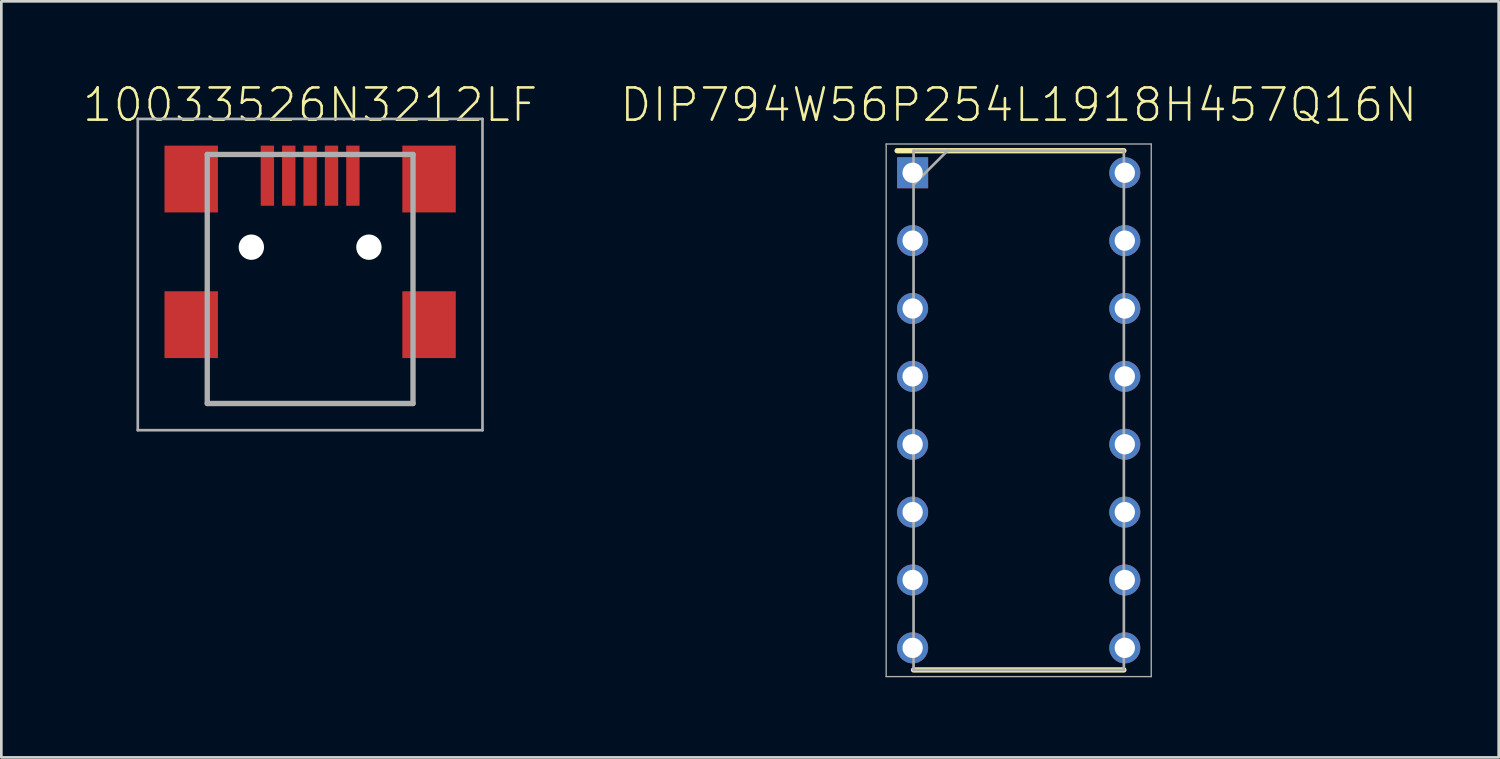
<source format=kicad_pcb>
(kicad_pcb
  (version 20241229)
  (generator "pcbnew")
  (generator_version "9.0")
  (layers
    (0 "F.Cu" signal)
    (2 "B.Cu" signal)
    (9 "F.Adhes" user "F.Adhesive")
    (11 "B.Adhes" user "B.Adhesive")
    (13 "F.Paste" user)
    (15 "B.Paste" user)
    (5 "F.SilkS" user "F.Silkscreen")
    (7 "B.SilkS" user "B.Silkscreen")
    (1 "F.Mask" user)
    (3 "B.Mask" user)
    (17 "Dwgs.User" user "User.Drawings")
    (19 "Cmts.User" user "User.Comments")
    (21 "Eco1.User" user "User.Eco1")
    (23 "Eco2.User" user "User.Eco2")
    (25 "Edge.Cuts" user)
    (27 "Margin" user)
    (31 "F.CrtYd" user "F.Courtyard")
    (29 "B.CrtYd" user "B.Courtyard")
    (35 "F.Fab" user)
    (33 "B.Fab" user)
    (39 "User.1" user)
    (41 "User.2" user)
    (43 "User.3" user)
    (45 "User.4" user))
  (footprint "10033526N3212LF"
    (layer "F.Cu")
    (at 8.556 7.39)
    (property "Reference" "10033526N3212LF" (at 0 -6.515 180) (layer "F.SilkS") (effects (font (size 1.206 1.206) (thickness 0.097))))
    (attr through_hole)
    (fp_line (start -3.85 -0.34) (end -3.85 -1.84) (stroke (width 0.1) (type solid)) (layer "F.SilkS"))
    (fp_line (start -3.85 3.66) (end -3.85 4.66) (stroke (width 0.1) (type solid)) (layer "F.SilkS"))
    (fp_line (start -3.85 4.66) (end 3.85 4.66) (stroke (width 0.1) (type solid)) (layer "F.SilkS"))
    (fp_line (start -3 -4.66) (end -2.5 -4.66) (stroke (width 0.1) (type solid)) (layer "F.SilkS"))
    (fp_line (start 2.5 -4.66) (end 3 -4.66) (stroke (width 0.1) (type solid)) (layer "F.SilkS"))
    (fp_line (start 3.85 -0.34) (end 3.85 -1.84) (stroke (width 0.1) (type solid)) (layer "F.SilkS"))
    (fp_line (start 3.85 4.66) (end 3.85 3.66) (stroke (width 0.1) (type solid)) (layer "F.SilkS"))
    (fp_line (start -6.45 -5.99) (end 6.45 -5.99) (stroke (width 0.1) (type solid)) (layer "F.Fab"))
    (fp_line (start -6.45 5.66) (end -6.45 -5.99) (stroke (width 0.1) (type solid)) (layer "F.Fab"))
    (fp_line (start -3.85 -4.66) (end 3.85 -4.66) (stroke (width 0.2) (type solid)) (layer "F.Fab"))
    (fp_line (start -3.85 4.66) (end -3.85 -4.66) (stroke (width 0.2) (type solid)) (layer "F.Fab"))
    (fp_line (start 3.85 -4.66) (end 3.85 4.66) (stroke (width 0.2) (type solid)) (layer "F.Fab"))
    (fp_line (start 3.85 4.66) (end -3.85 4.66) (stroke (width 0.2) (type solid)) (layer "F.Fab"))
    (fp_line (start 6.45 -5.99) (end 6.45 5.66) (stroke (width 0.1) (type solid)) (layer "F.Fab"))
    (fp_line (start 6.45 5.66) (end -6.45 5.66) (stroke (width 0.1) (type solid)) (layer "F.Fab"))
    (pad "" np_thru_hole circle (at -2.2 -1.19) (size 0.95 0.95) (drill 0.95) (layers "*.Cu" "*.Mask"))
    (pad "" np_thru_hole circle (at 2.2 -1.19) (size 0.95 0.95) (drill 0.95) (layers "*.Cu" "*.Mask"))
    (pad "1" smd rect (at -1.6 -3.865 90) (size 2.25 0.5) (layers "F.Cu" "F.Mask" "F.Paste"))
    (pad "2" smd rect (at -0.8 -3.865 90) (size 2.25 0.5) (layers "F.Cu" "F.Mask" "F.Paste"))
    (pad "3" smd rect (at 0 -3.865 90) (size 2.25 0.5) (layers "F.Cu" "F.Mask" "F.Paste"))
    (pad "4" smd rect (at 0.8 -3.865 90) (size 2.25 0.5) (layers "F.Cu" "F.Mask" "F.Paste"))
    (pad "5" smd rect (at 1.6 -3.865 90) (size 2.25 0.5) (layers "F.Cu" "F.Mask" "F.Paste"))
    (pad "MP1" smd rect (at -4.45 -3.74 90) (size 2.5 2) (layers "F.Cu" "F.Mask" "F.Paste"))
    (pad "MP2" smd rect (at -4.45 1.71 90) (size 2.5 2) (layers "F.Cu" "F.Mask" "F.Paste"))
    (pad "MP3" smd rect (at 4.45 1.71 90) (size 2.5 2) (layers "F.Cu" "F.Mask" "F.Paste"))
    (pad "MP4" smd rect (at 4.45 -3.74 90) (size 2.5 2) (layers "F.Cu" "F.Mask" "F.Paste")))
  (footprint "DIP794W56P254L1918H457Q16N"
    (layer "F.Cu")
    (at 35.073 12.305)
    (property "Reference" "DIP794W56P254L1918H457Q16N" (at 0 -11.43 0) (layer "F.SilkS") (effects (font (size 1.206 1.206) (thickness 0.097))))
    (attr through_hole)
    (fp_line (start -4.55 -9.715) (end 3.935 -9.715) (stroke (width 0.2) (type solid)) (layer "F.SilkS"))
    (fp_line (start -3.935 9.715) (end 3.935 9.715) (stroke (width 0.2) (type solid)) (layer "F.SilkS"))
    (fp_line (start -4.96 -9.965) (end 4.96 -9.965) (stroke (width 0.05) (type solid)) (layer "F.Fab"))
    (fp_line (start -4.96 9.965) (end -4.96 -9.965) (stroke (width 0.05) (type solid)) (layer "F.Fab"))
    (fp_line (start -3.935 -9.715) (end 3.935 -9.715) (stroke (width 0.1) (type solid)) (layer "F.Fab"))
    (fp_line (start -3.935 -8.445) (end -2.665 -9.715) (stroke (width 0.1) (type solid)) (layer "F.Fab"))
    (fp_line (start -3.935 9.715) (end -3.935 -9.715) (stroke (width 0.1) (type solid)) (layer "F.Fab"))
    (fp_line (start 3.935 -9.715) (end 3.935 9.715) (stroke (width 0.1) (type solid)) (layer "F.Fab"))
    (fp_line (start 3.935 9.715) (end -3.935 9.715) (stroke (width 0.1) (type solid)) (layer "F.Fab"))
    (fp_line (start 4.96 -9.965) (end 4.96 9.965) (stroke (width 0.05) (type solid)) (layer "F.Fab"))
    (fp_line (start 4.96 9.965) (end -4.96 9.965) (stroke (width 0.05) (type solid)) (layer "F.Fab"))
    (pad "1" thru_hole rect (at -3.97 -8.89) (size 1.16 1.16) (drill 0.76) (layers "*.Cu" "*.Mask"))
    (pad "2" thru_hole circle (at -3.97 -6.35) (size 1.16 1.16) (drill 0.76) (layers "*.Cu" "*.Mask"))
    (pad "3" thru_hole circle (at -3.97 -3.81) (size 1.16 1.16) (drill 0.76) (layers "*.Cu" "*.Mask"))
    (pad "4" thru_hole circle (at -3.97 -1.27) (size 1.16 1.16) (drill 0.76) (layers "*.Cu" "*.Mask"))
    (pad "5" thru_hole circle (at -3.97 1.27) (size 1.16 1.16) (drill 0.76) (layers "*.Cu" "*.Mask"))
    (pad "6" thru_hole circle (at -3.97 3.81) (size 1.16 1.16) (drill 0.76) (layers "*.Cu" "*.Mask"))
    (pad "7" thru_hole circle (at -3.97 6.35) (size 1.16 1.16) (drill 0.76) (layers "*.Cu" "*.Mask"))
    (pad "8" thru_hole circle (at -3.97 8.89) (size 1.16 1.16) (drill 0.76) (layers "*.Cu" "*.Mask"))
    (pad "9" thru_hole circle (at 3.97 8.89) (size 1.16 1.16) (drill 0.76) (layers "*.Cu" "*.Mask"))
    (pad "10" thru_hole circle (at 3.97 6.35) (size 1.16 1.16) (drill 0.76) (layers "*.Cu" "*.Mask"))
    (pad "11" thru_hole circle (at 3.97 3.81) (size 1.16 1.16) (drill 0.76) (layers "*.Cu" "*.Mask"))
    (pad "12" thru_hole circle (at 3.97 1.27) (size 1.16 1.16) (drill 0.76) (layers "*.Cu" "*.Mask"))
    (pad "13" thru_hole circle (at 3.97 -1.27) (size 1.16 1.16) (drill 0.76) (layers "*.Cu" "*.Mask"))
    (pad "14" thru_hole circle (at 3.97 -3.81) (size 1.16 1.16) (drill 0.76) (layers "*.Cu" "*.Mask"))
    (pad "15" thru_hole circle (at 3.97 -6.35) (size 1.16 1.16) (drill 0.76) (layers "*.Cu" "*.Mask"))
    (pad "16" thru_hole circle (at 3.97 -8.89) (size 1.16 1.16) (drill 0.76) (layers "*.Cu" "*.Mask")))
  (gr_rect
    (start -3 -3)
    (end 53.035 25.295)
    (stroke (width 0.1) (type default))
    (fill no)
    (layer "Edge.Cuts")))
</source>
